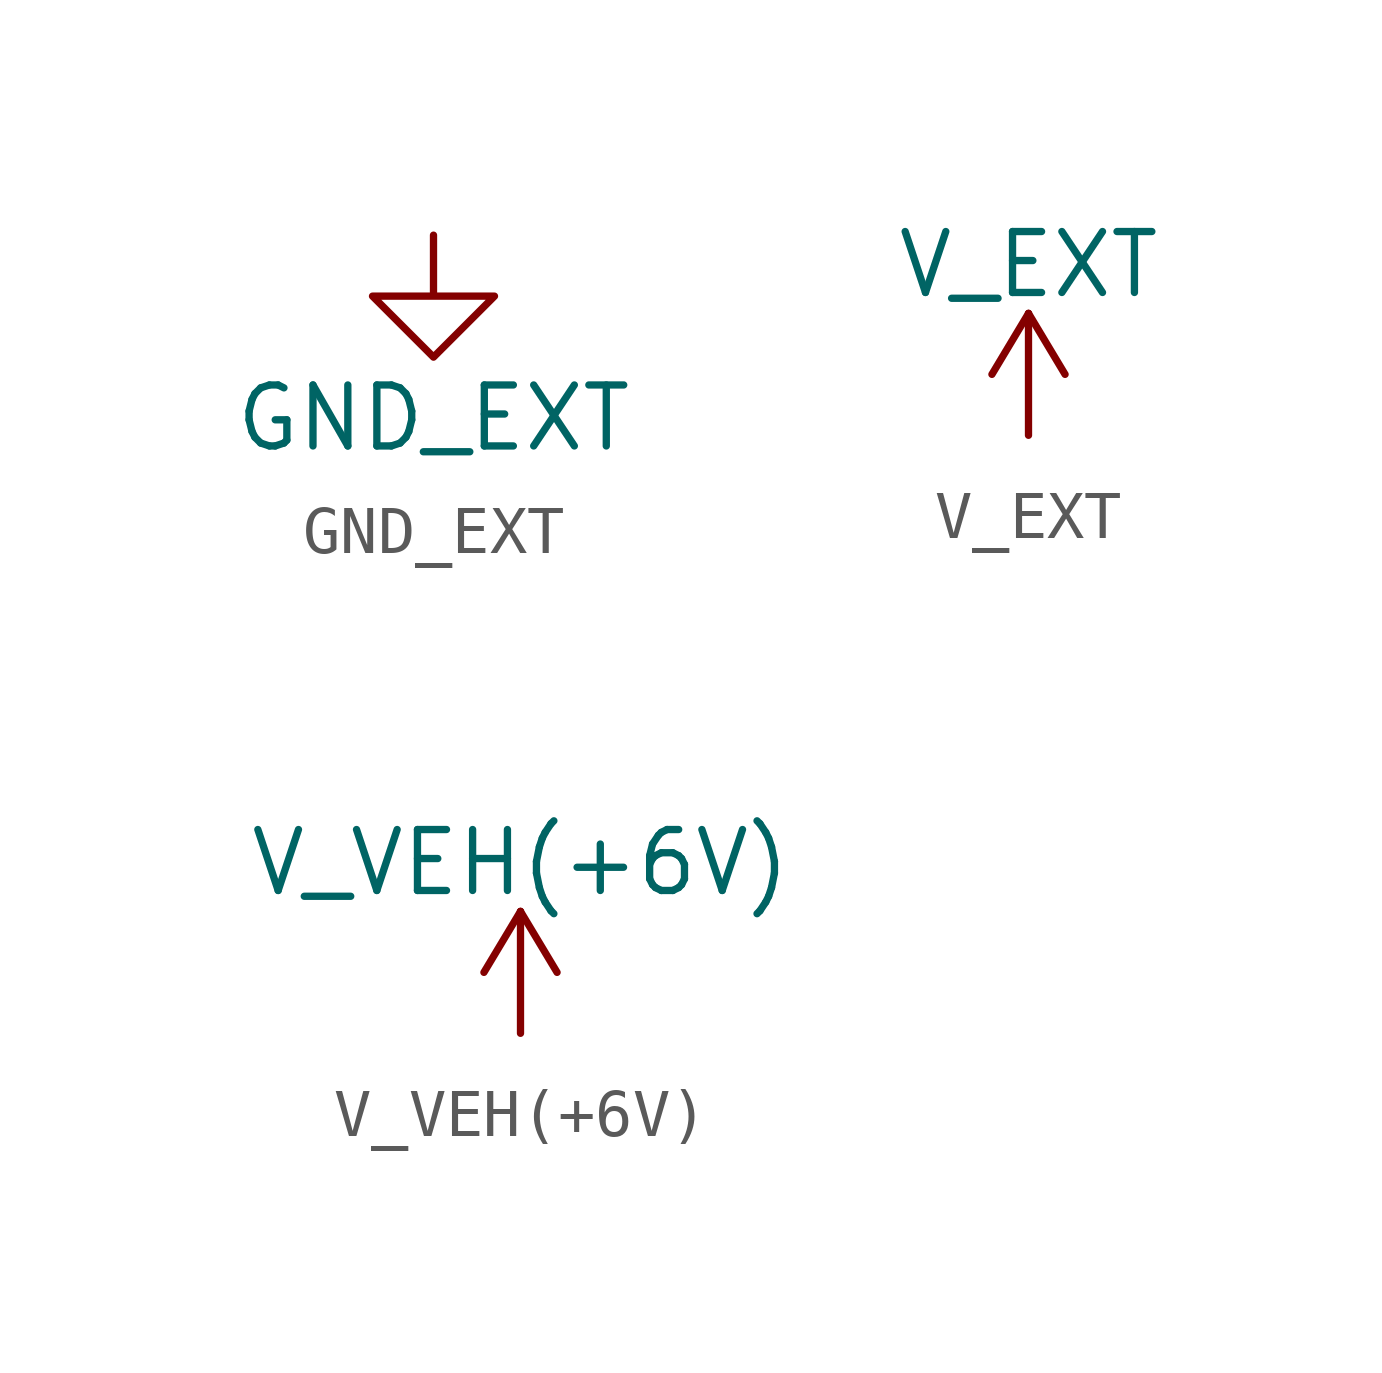
<source format=kicad_sym>
(kicad_symbol_lib
  (version 20220914)
  (generator kicad_symbol_editor)
  (symbol "GND_EXT"
    (power)
    (pin_names
      (offset 0))
    (property "Reference" "#PWR"
      (at 0 -6.35 0)
      (effects (font (size 1.27 1.27)) hide))
    (property "Value" "GND_EXT"
      (at 0 -3.81 0)
      (effects (font (size 1.27 1.27))))
    (symbol "GND_EXT_0_1"
      (polyline (pts (xy 0 0) (xy 0 -1.27) (xy 1.27 -1.27) (xy 0 -2.54) (xy -1.27 -1.27) (xy 0 -1.27)) (stroke (width 0) (type solid)) (fill (type none))))
    (symbol "GND_EXT_1_1"
      (pin power_in line (at 0 0 270) (length 0) hide (name "GND_EXT" (effects (font (size 1.27 1.27)))) (number "1" (effects (font (size 1.27 1.27)))))))
  (symbol "V_EXT"
    (power)
    (pin_names
      (offset 0))
    (property "Reference" "#PWR"
      (at 0 -3.81 0)
      (effects (font (size 1.27 1.27)) hide))
    (property "Value" "V_EXT"
      (at 0 3.556 0)
      (effects (font (size 1.27 1.27))))
    (symbol "V_EXT_0_1"
      (polyline (pts (xy -0.762 1.27) (xy 0 2.54)) (stroke (width 0) (type solid)) (fill (type none)))
      (polyline (pts (xy 0 0) (xy 0 2.54)) (stroke (width 0) (type solid)) (fill (type none)))
      (polyline (pts (xy 0 2.54) (xy 0.762 1.27)) (stroke (width 0) (type solid)) (fill (type none))))
    (symbol "V_EXT_1_1"
      (pin power_in line (at 0 0 90) (length 0) hide (name "+V_EXT" (effects (font (size 1.27 1.27)))) (number "1" (effects (font (size 1.27 1.27)))))))
  (symbol "V_VEH(+6V)"
    (power)
    (pin_names
      (offset 0))
    (property "Reference" "#PWR"
      (at 0 -3.81 0)
      (effects (font (size 1.27 1.27)) hide))
    (property "Value" "V_VEH(+6V)"
      (at 0 3.556 0)
      (effects (font (size 1.27 1.27))))
    (symbol "V_VEH(+6V)_0_1"
      (polyline (pts (xy -0.762 1.27) (xy 0 2.54)) (stroke (width 0) (type solid)) (fill (type none)))
      (polyline (pts (xy 0 0) (xy 0 2.54)) (stroke (width 0) (type solid)) (fill (type none)))
      (polyline (pts (xy 0 2.54) (xy 0.762 1.27)) (stroke (width 0) (type solid)) (fill (type none))))
    (symbol "V_VEH(+6V)_1_1"
      (pin power_in line (at 0 0 90) (length 0) hide (name "+V_VEH" (effects (font (size 1.27 1.27)))) (number "1" (effects (font (size 1.27 1.27))))))))
</source>
